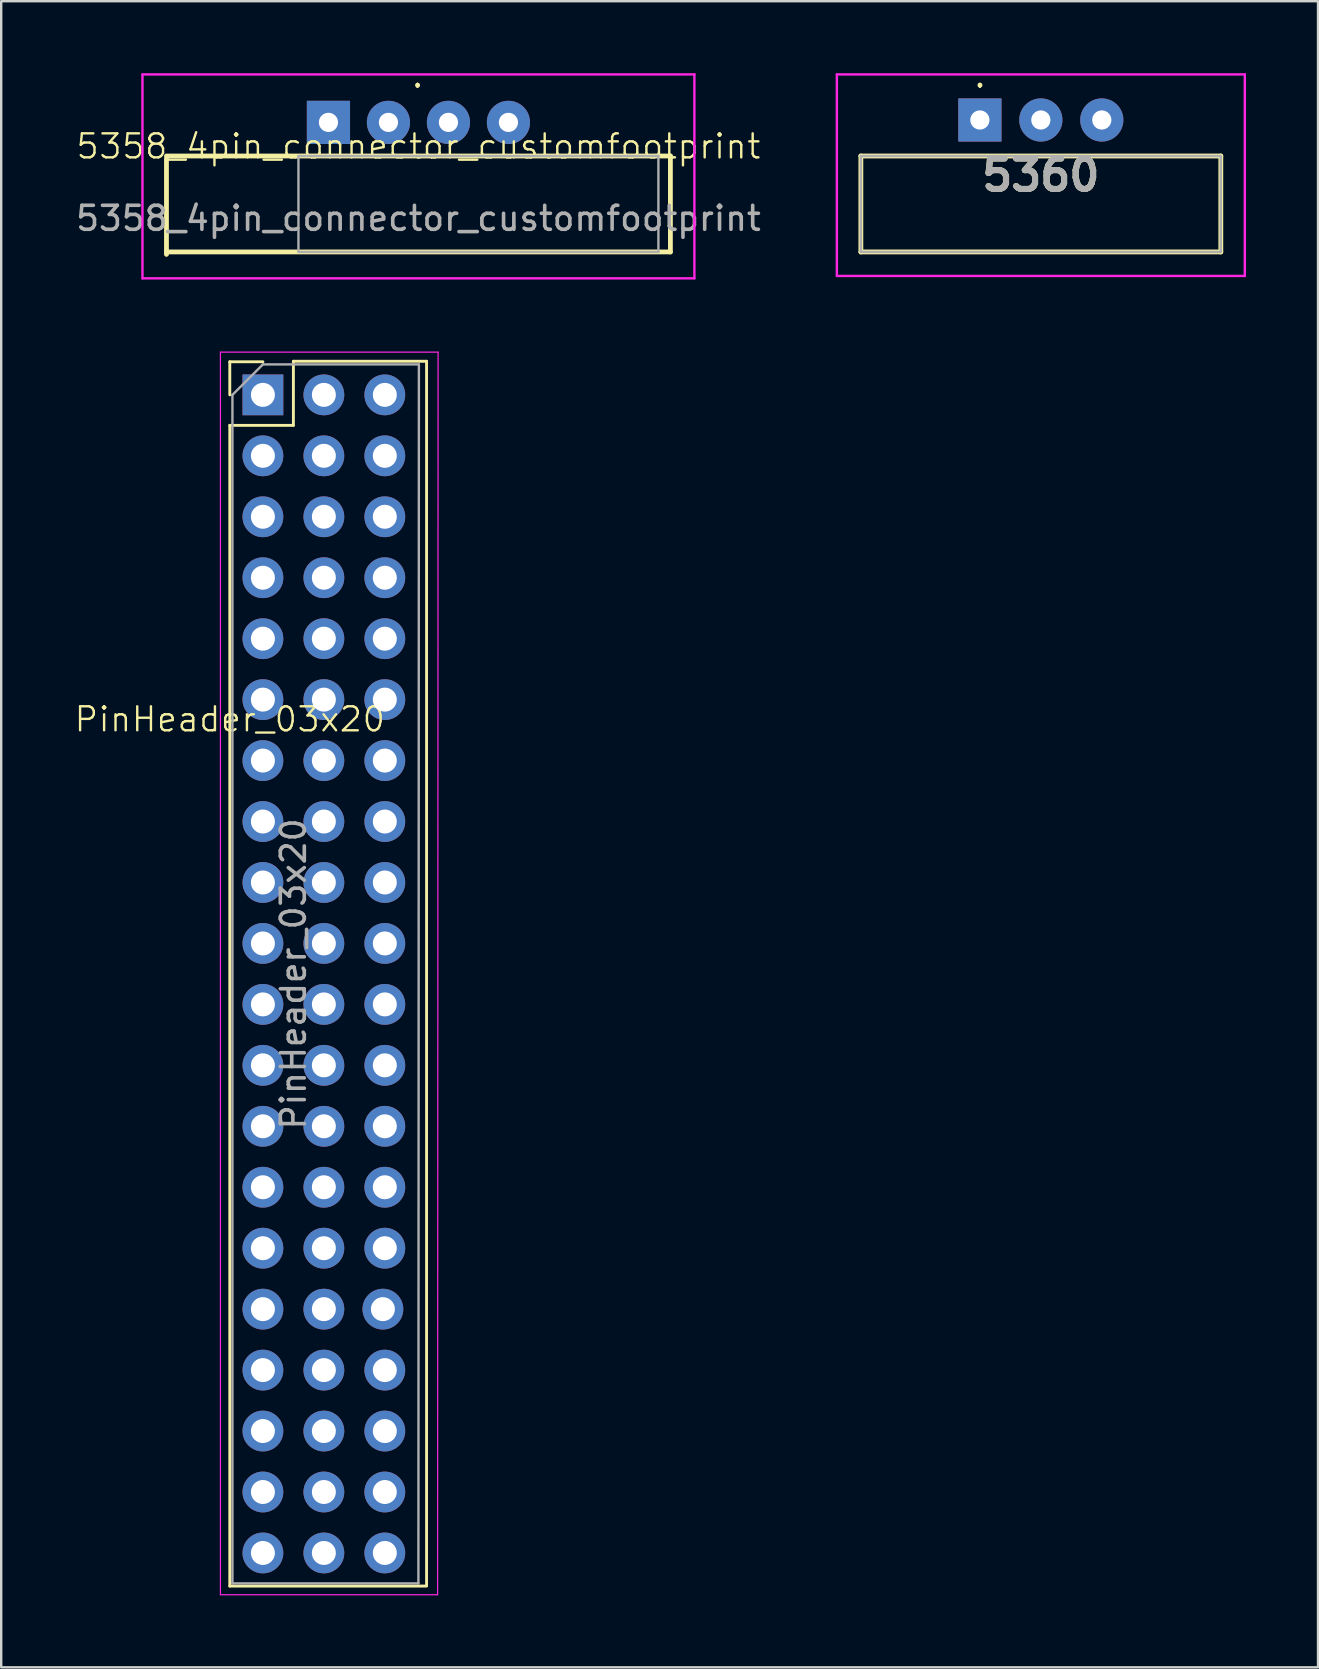
<source format=kicad_pcb>
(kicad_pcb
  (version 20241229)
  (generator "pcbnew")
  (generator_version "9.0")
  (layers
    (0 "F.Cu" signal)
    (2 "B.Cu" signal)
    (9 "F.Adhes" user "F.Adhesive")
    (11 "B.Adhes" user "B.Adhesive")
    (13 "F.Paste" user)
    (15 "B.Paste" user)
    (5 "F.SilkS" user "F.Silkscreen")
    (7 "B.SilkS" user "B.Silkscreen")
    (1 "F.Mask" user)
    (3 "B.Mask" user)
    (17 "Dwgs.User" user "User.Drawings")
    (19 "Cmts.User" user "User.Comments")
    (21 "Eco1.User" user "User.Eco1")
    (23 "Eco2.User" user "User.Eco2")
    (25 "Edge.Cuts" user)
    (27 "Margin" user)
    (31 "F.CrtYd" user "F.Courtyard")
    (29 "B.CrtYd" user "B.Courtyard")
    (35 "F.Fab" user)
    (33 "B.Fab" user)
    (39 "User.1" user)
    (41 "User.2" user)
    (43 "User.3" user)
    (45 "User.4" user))
  (footprint "5358_4pin_connector_customfootprint"
    (layer "F.Cu")
    (at 14.387 4.05)
    (property "Reference" "5358_4pin_connector_customfootprint" (at 0 -1 0) (unlocked yes) (layer "F.SilkS") (effects (font (size 1 1) (thickness 0.1))))
    (attr smd)
    (fp_line (start -10.5 -0.6) (end 10.5 -0.6) (stroke (width 0.2) (type solid)) (layer "F.SilkS"))
    (fp_line (start -10.5 3.5) (end -10.5 -0.5) (stroke (width 0.2) (type solid)) (layer "F.SilkS"))
    (fp_line (start -0.04 -3.6) (end -0.04 -3.6) (stroke (width 0.1) (type solid)) (layer "F.SilkS"))
    (fp_line (start -0.04 -3.5) (end -0.04 -3.5) (stroke (width 0.1) (type solid)) (layer "F.SilkS"))
    (fp_line (start -0.04 -3.5) (end -0.04 -3.5) (stroke (width 0.1) (type solid)) (layer "F.SilkS"))
    (fp_line (start 10.5 -0.6) (end 10.5 3.4) (stroke (width 0.2) (type solid)) (layer "F.SilkS"))
    (fp_line (start 10.5 3.4) (end -10.5 3.4) (stroke (width 0.2) (type solid)) (layer "F.SilkS"))
    (fp_arc (start -0.04 -3.6) (mid 0.01 -3.55) (end -0.04 -3.5) (stroke (width 0.1) (type solid)) (layer "F.SilkS"))
    (fp_arc (start -0.04 -3.6) (mid 0.01 -3.55) (end -0.04 -3.5) (stroke (width 0.1) (type solid)) (layer "F.SilkS"))
    (fp_arc (start -0.04 -3.5) (mid -0.09 -3.55) (end -0.04 -3.6) (stroke (width 0.1) (type solid)) (layer "F.SilkS"))
    (fp_line (start -11.5 -4) (end 11.5 -4) (stroke (width 0.1) (type solid)) (layer "F.CrtYd"))
    (fp_line (start -11.5 4.5) (end -11.5 -4) (stroke (width 0.1) (type solid)) (layer "F.CrtYd"))
    (fp_line (start 11.5 -4) (end 11.5 4.5) (stroke (width 0.1) (type solid)) (layer "F.CrtYd"))
    (fp_line (start 11.5 4.5) (end -11.5 4.5) (stroke (width 0.1) (type solid)) (layer "F.CrtYd"))
    (fp_line (start -5 -0.6) (end -5 3.4) (stroke (width 0.1) (type solid)) (layer "F.Fab"))
    (fp_line (start -5 3.4) (end 10 3.4) (stroke (width 0.1) (type solid)) (layer "F.Fab"))
    (fp_line (start 10 -0.6) (end -5 -0.6) (stroke (width 0.1) (type solid)) (layer "F.Fab"))
    (fp_line (start 10 3.4) (end 10 -0.6) (stroke (width 0.1) (type solid)) (layer "F.Fab"))
    (fp_text user "${REFERENCE}" (at 0 2 0) (unlocked yes) (layer "F.Fab") (effects (font (size 1 1) (thickness 0.15))))
    (pad "1" thru_hole rect (at -3.75 -2) (size 1.8 1.8) (drill 0.8) (layers "*.Cu" "*.Mask"))
    (pad "2" thru_hole circle (at -1.25 -2) (size 1.8 1.8) (drill 0.8) (layers "*.Cu" "*.Mask"))
    (pad "3" thru_hole circle (at 1.25 -2) (size 1.8 1.8) (drill 0.8) (layers "*.Cu" "*.Mask"))
    (pad "4" thru_hole circle (at 3.75 -2) (size 1.8 1.8) (drill 0.8) (layers "*.Cu" "*.Mask")))
  (footprint "PinHeader_03x20"
    (layer "F.Cu")
    (at 7.906 13.405)
    (property "Reference" "PinHeader_03x20" (at -1.38 13.52 0) (unlocked yes) (layer "F.SilkS") (effects (font (size 1 1) (thickness 0.1))))
    (attr through_hole)
    (fp_line (start -1.38 -1.38) (end 0 -1.38) (stroke (width 0.12) (type solid)) (layer "F.SilkS"))
    (fp_line (start -1.38 0) (end -1.38 -1.38) (stroke (width 0.12) (type solid)) (layer "F.SilkS"))
    (fp_line (start -1.38 1.27) (end -1.38 49.64) (stroke (width 0.12) (type solid)) (layer "F.SilkS"))
    (fp_line (start -1.38 1.27) (end 1.27 1.27) (stroke (width 0.12) (type solid)) (layer "F.SilkS"))
    (fp_line (start -1.38 49.64) (end 6.82 49.64) (stroke (width 0.12) (type solid)) (layer "F.SilkS"))
    (fp_line (start 1.27 -1.4) (end 6.82 -1.4) (stroke (width 0.12) (type solid)) (layer "F.SilkS"))
    (fp_line (start 1.27 1.27) (end 1.27 -1.4) (stroke (width 0.12) (type solid)) (layer "F.SilkS"))
    (fp_line (start 6.82 -1.4) (end 6.82 49.62) (stroke (width 0.12) (type solid)) (layer "F.SilkS"))
    (fp_line (start -1.77 -1.78) (end -1.77 50) (stroke (width 0.05) (type solid)) (layer "F.CrtYd"))
    (fp_line (start -1.77 50) (end 7.28 50) (stroke (width 0.05) (type solid)) (layer "F.CrtYd"))
    (fp_line (start 7.28 49.999) (end 7.3 -1.78) (stroke (width 0.05) (type solid)) (layer "F.CrtYd"))
    (fp_line (start 7.3 -1.78) (end -1.77 -1.78) (stroke (width 0.05) (type solid)) (layer "F.CrtYd"))
    (fp_line (start -1.27 0) (end 0 -1.27) (stroke (width 0.1) (type solid)) (layer "F.Fab"))
    (fp_line (start -1.27 49.53) (end -1.27 0) (stroke (width 0.1) (type solid)) (layer "F.Fab"))
    (fp_line (start 0 -1.27) (end 6.5 -1.27) (stroke (width 0.1) (type solid)) (layer "F.Fab"))
    (fp_line (start 6.48 49.53) (end -1.27 49.53) (stroke (width 0.1) (type solid)) (layer "F.Fab"))
    (fp_line (start 6.5 -1.27) (end 6.48 49.53) (stroke (width 0.1) (type solid)) (layer "F.Fab"))
    (fp_text user "${REFERENCE}" (at 1.27 24.13 90) (layer "F.Fab") (effects (font (size 1 1) (thickness 0.15))))
    (pad "1" thru_hole rect (at 0 0) (size 1.7 1.7) (drill 1) (layers "*.Cu" "*.Mask"))
    (pad "2" thru_hole circle (at 2.54 0) (size 1.7 1.7) (drill 1) (layers "*.Cu" "*.Mask"))
    (pad "3" thru_hole circle (at 5.08 0) (size 1.7 1.7) (drill 1) (layers "*.Cu" "*.Mask"))
    (pad "4" thru_hole circle (at 0 2.54) (size 1.7 1.7) (drill 1) (layers "*.Cu" "*.Mask"))
    (pad "5" thru_hole circle (at 2.54 2.54) (size 1.7 1.7) (drill 1) (layers "*.Cu" "*.Mask"))
    (pad "6" thru_hole circle (at 5.08 2.54) (size 1.7 1.7) (drill 1) (layers "*.Cu" "*.Mask"))
    (pad "7" thru_hole circle (at 0 5.08) (size 1.7 1.7) (drill 1) (layers "*.Cu" "*.Mask"))
    (pad "8" thru_hole circle (at 2.54 5.08) (size 1.7 1.7) (drill 1) (layers "*.Cu" "*.Mask"))
    (pad "9" thru_hole circle (at 5.08 5.08) (size 1.7 1.7) (drill 1) (layers "*.Cu" "*.Mask"))
    (pad "10" thru_hole circle (at 0 7.62) (size 1.7 1.7) (drill 1) (layers "*.Cu" "*.Mask"))
    (pad "11" thru_hole circle (at 2.54 7.62) (size 1.7 1.7) (drill 1) (layers "*.Cu" "*.Mask"))
    (pad "12" thru_hole circle (at 5.08 7.62) (size 1.7 1.7) (drill 1) (layers "*.Cu" "*.Mask"))
    (pad "13" thru_hole circle (at 0 10.16) (size 1.7 1.7) (drill 1) (layers "*.Cu" "*.Mask"))
    (pad "14" thru_hole circle (at 2.54 10.16) (size 1.7 1.7) (drill 1) (layers "*.Cu" "*.Mask"))
    (pad "15" thru_hole circle (at 5.08 10.16) (size 1.7 1.7) (drill 1) (layers "*.Cu" "*.Mask"))
    (pad "16" thru_hole circle (at 0 12.7) (size 1.7 1.7) (drill 1) (layers "*.Cu" "*.Mask"))
    (pad "17" thru_hole circle (at 2.54 12.7) (size 1.7 1.7) (drill 1) (layers "*.Cu" "*.Mask"))
    (pad "18" thru_hole circle (at 5.08 12.7) (size 1.7 1.7) (drill 1) (layers "*.Cu" "*.Mask"))
    (pad "19" thru_hole circle (at 0 15.24) (size 1.7 1.7) (drill 1) (layers "*.Cu" "*.Mask"))
    (pad "20" thru_hole circle (at 2.54 15.24) (size 1.7 1.7) (drill 1) (layers "*.Cu" "*.Mask"))
    (pad "21" thru_hole circle (at 5.08 15.24) (size 1.7 1.7) (drill 1) (layers "*.Cu" "*.Mask"))
    (pad "22" thru_hole circle (at 0 17.78) (size 1.7 1.7) (drill 1) (layers "*.Cu" "*.Mask"))
    (pad "23" thru_hole circle (at 2.54 17.78) (size 1.7 1.7) (drill 1) (layers "*.Cu" "*.Mask"))
    (pad "24" thru_hole circle (at 5.08 17.78) (size 1.7 1.7) (drill 1) (layers "*.Cu" "*.Mask"))
    (pad "25" thru_hole circle (at 0 20.32) (size 1.7 1.7) (drill 1) (layers "*.Cu" "*.Mask"))
    (pad "26" thru_hole circle (at 2.54 20.32) (size 1.7 1.7) (drill 1) (layers "*.Cu" "*.Mask"))
    (pad "27" thru_hole circle (at 5.08 20.32) (size 1.7 1.7) (drill 1) (layers "*.Cu" "*.Mask"))
    (pad "28" thru_hole circle (at 0 22.86) (size 1.7 1.7) (drill 1) (layers "*.Cu" "*.Mask"))
    (pad "29" thru_hole circle (at 2.54 22.86) (size 1.7 1.7) (drill 1) (layers "*.Cu" "*.Mask"))
    (pad "30" thru_hole circle (at 5.08 22.86) (size 1.7 1.7) (drill 1) (layers "*.Cu" "*.Mask"))
    (pad "31" thru_hole circle (at 0 25.4) (size 1.7 1.7) (drill 1) (layers "*.Cu" "*.Mask"))
    (pad "32" thru_hole circle (at 2.54 25.4) (size 1.7 1.7) (drill 1) (layers "*.Cu" "*.Mask"))
    (pad "33" thru_hole circle (at 5.08 25.4) (size 1.7 1.7) (drill 1) (layers "*.Cu" "*.Mask"))
    (pad "34" thru_hole circle (at 0 27.94) (size 1.7 1.7) (drill 1) (layers "*.Cu" "*.Mask"))
    (pad "35" thru_hole circle (at 2.54 27.94) (size 1.7 1.7) (drill 1) (layers "*.Cu" "*.Mask"))
    (pad "36" thru_hole circle (at 5.08 27.94) (size 1.7 1.7) (drill 1) (layers "*.Cu" "*.Mask"))
    (pad "37" thru_hole circle (at 0 30.48) (size 1.7 1.7) (drill 1) (layers "*.Cu" "*.Mask"))
    (pad "38" thru_hole circle (at 2.54 30.48) (size 1.7 1.7) (drill 1) (layers "*.Cu" "*.Mask"))
    (pad "39" thru_hole circle (at 5.08 30.48) (size 1.7 1.7) (drill 1) (layers "*.Cu" "*.Mask"))
    (pad "40" thru_hole circle (at 0 33.02) (size 1.7 1.7) (drill 1) (layers "*.Cu" "*.Mask"))
    (pad "41" thru_hole circle (at 2.54 33.02) (size 1.7 1.7) (drill 1) (layers "*.Cu" "*.Mask"))
    (pad "42" thru_hole circle (at 5.08 33.02) (size 1.7 1.7) (drill 1) (layers "*.Cu" "*.Mask"))
    (pad "43" thru_hole circle (at 0 35.56) (size 1.7 1.7) (drill 1) (layers "*.Cu" "*.Mask"))
    (pad "44" thru_hole circle (at 2.54 35.56) (size 1.7 1.7) (drill 1) (layers "*.Cu" "*.Mask"))
    (pad "45" thru_hole circle (at 5.08 35.56) (size 1.7 1.7) (drill 1) (layers "*.Cu" "*.Mask"))
    (pad "46" thru_hole circle (at 0 38.1) (size 1.7 1.7) (drill 1) (layers "*.Cu" "*.Mask"))
    (pad "47" thru_hole circle (at 2.54 38.1) (size 1.7 1.7) (drill 1) (layers "*.Cu" "*.Mask"))
    (pad "48" thru_hole circle (at 5 38.1) (size 1.7 1.7) (drill 1) (layers "*.Cu" "*.Mask"))
    (pad "49" thru_hole circle (at 0 40.64) (size 1.7 1.7) (drill 1) (layers "*.Cu" "*.Mask"))
    (pad "50" thru_hole circle (at 2.54 40.64) (size 1.7 1.7) (drill 1) (layers "*.Cu" "*.Mask"))
    (pad "51" thru_hole circle (at 5.08 40.64) (size 1.7 1.7) (drill 1) (layers "*.Cu" "*.Mask"))
    (pad "52" thru_hole circle (at 0 43.18) (size 1.7 1.7) (drill 1) (layers "*.Cu" "*.Mask"))
    (pad "53" thru_hole circle (at 2.54 43.18) (size 1.7 1.7) (drill 1) (layers "*.Cu" "*.Mask"))
    (pad "54" thru_hole circle (at 5.08 43.18) (size 1.7 1.7) (drill 1) (layers "*.Cu" "*.Mask"))
    (pad "55" thru_hole circle (at 0 45.72) (size 1.7 1.7) (drill 1) (layers "*.Cu" "*.Mask"))
    (pad "56" thru_hole circle (at 2.54 45.72) (size 1.7 1.7) (drill 1) (layers "*.Cu" "*.Mask"))
    (pad "57" thru_hole circle (at 5.08 45.72) (size 1.7 1.7) (drill 1) (layers "*.Cu" "*.Mask"))
    (pad "58" thru_hole circle (at 0 48.26) (size 1.7 1.7) (drill 1) (layers "*.Cu" "*.Mask"))
    (pad "59" thru_hole circle (at 2.54 48.26) (size 1.7 1.7) (drill 1) (layers "*.Cu" "*.Mask"))
    (pad "60" thru_hole circle (at 5.08 48.26) (size 1.7 1.7) (drill 1) (layers "*.Cu" "*.Mask")))
  (footprint "5360"
    (layer "F.Cu")
    (at 37.784 1.95)
    (property "Reference" "5360" (at 2.54 2.3 0) (layer "F.SilkS") (effects (font (size 1.27 1.27) (thickness 0.254))))
    (attr through_hole)
    (fp_line (start -4.96 1.5) (end 10.04 1.5) (stroke (width 0.2) (type solid)) (layer "F.SilkS"))
    (fp_line (start -4.96 5.5) (end -4.96 1.5) (stroke (width 0.2) (type solid)) (layer "F.SilkS"))
    (fp_line (start 0 -1.5) (end 0 -1.5) (stroke (width 0.1) (type solid)) (layer "F.SilkS"))
    (fp_line (start 0 -1.4) (end 0 -1.4) (stroke (width 0.1) (type solid)) (layer "F.SilkS"))
    (fp_line (start 0 -1.4) (end 0 -1.4) (stroke (width 0.1) (type solid)) (layer "F.SilkS"))
    (fp_line (start 10.04 1.5) (end 10.04 5.5) (stroke (width 0.2) (type solid)) (layer "F.SilkS"))
    (fp_line (start 10.04 5.5) (end -4.96 5.5) (stroke (width 0.2) (type solid)) (layer "F.SilkS"))
    (fp_arc (start 0 -1.5) (mid 0.05 -1.45) (end 0 -1.4) (stroke (width 0.1) (type solid)) (layer "F.SilkS"))
    (fp_arc (start 0 -1.5) (mid 0.05 -1.45) (end 0 -1.4) (stroke (width 0.1) (type solid)) (layer "F.SilkS"))
    (fp_arc (start 0 -1.4) (mid -0.05 -1.45) (end 0 -1.5) (stroke (width 0.1) (type solid)) (layer "F.SilkS"))
    (fp_line (start -5.96 -1.9) (end 11.04 -1.9) (stroke (width 0.1) (type solid)) (layer "F.CrtYd"))
    (fp_line (start -5.96 6.5) (end -5.96 -1.9) (stroke (width 0.1) (type solid)) (layer "F.CrtYd"))
    (fp_line (start 11.04 -1.9) (end 11.04 6.5) (stroke (width 0.1) (type solid)) (layer "F.CrtYd"))
    (fp_line (start 11.04 6.5) (end -5.96 6.5) (stroke (width 0.1) (type solid)) (layer "F.CrtYd"))
    (fp_line (start -4.96 1.5) (end -4.96 5.5) (stroke (width 0.1) (type solid)) (layer "F.Fab"))
    (fp_line (start -4.96 5.5) (end 10.04 5.5) (stroke (width 0.1) (type solid)) (layer "F.Fab"))
    (fp_line (start 10.04 1.5) (end -4.96 1.5) (stroke (width 0.1) (type solid)) (layer "F.Fab"))
    (fp_line (start 10.04 5.5) (end 10.04 1.5) (stroke (width 0.1) (type solid)) (layer "F.Fab"))
    (fp_text user "${REFERENCE}" (at 2.54 2.3 0) (layer "F.Fab") (effects (font (size 1.27 1.27) (thickness 0.254))))
    (pad "1" thru_hole rect (at 0 0) (size 1.8 1.8) (drill 0.8) (layers "*.Cu" "*.Mask"))
    (pad "2" thru_hole circle (at 2.54 0) (size 1.8 1.8) (drill 0.8) (layers "*.Cu" "*.Mask"))
    (pad "3" thru_hole circle (at 5.08 0) (size 1.8 1.8) (drill 0.8) (layers "*.Cu" "*.Mask")))
  (gr_rect
    (start -3 -3)
    (end 51.874 66.43)
    (stroke (width 0.1) (type default))
    (fill no)
    (layer "Edge.Cuts")))
</source>
